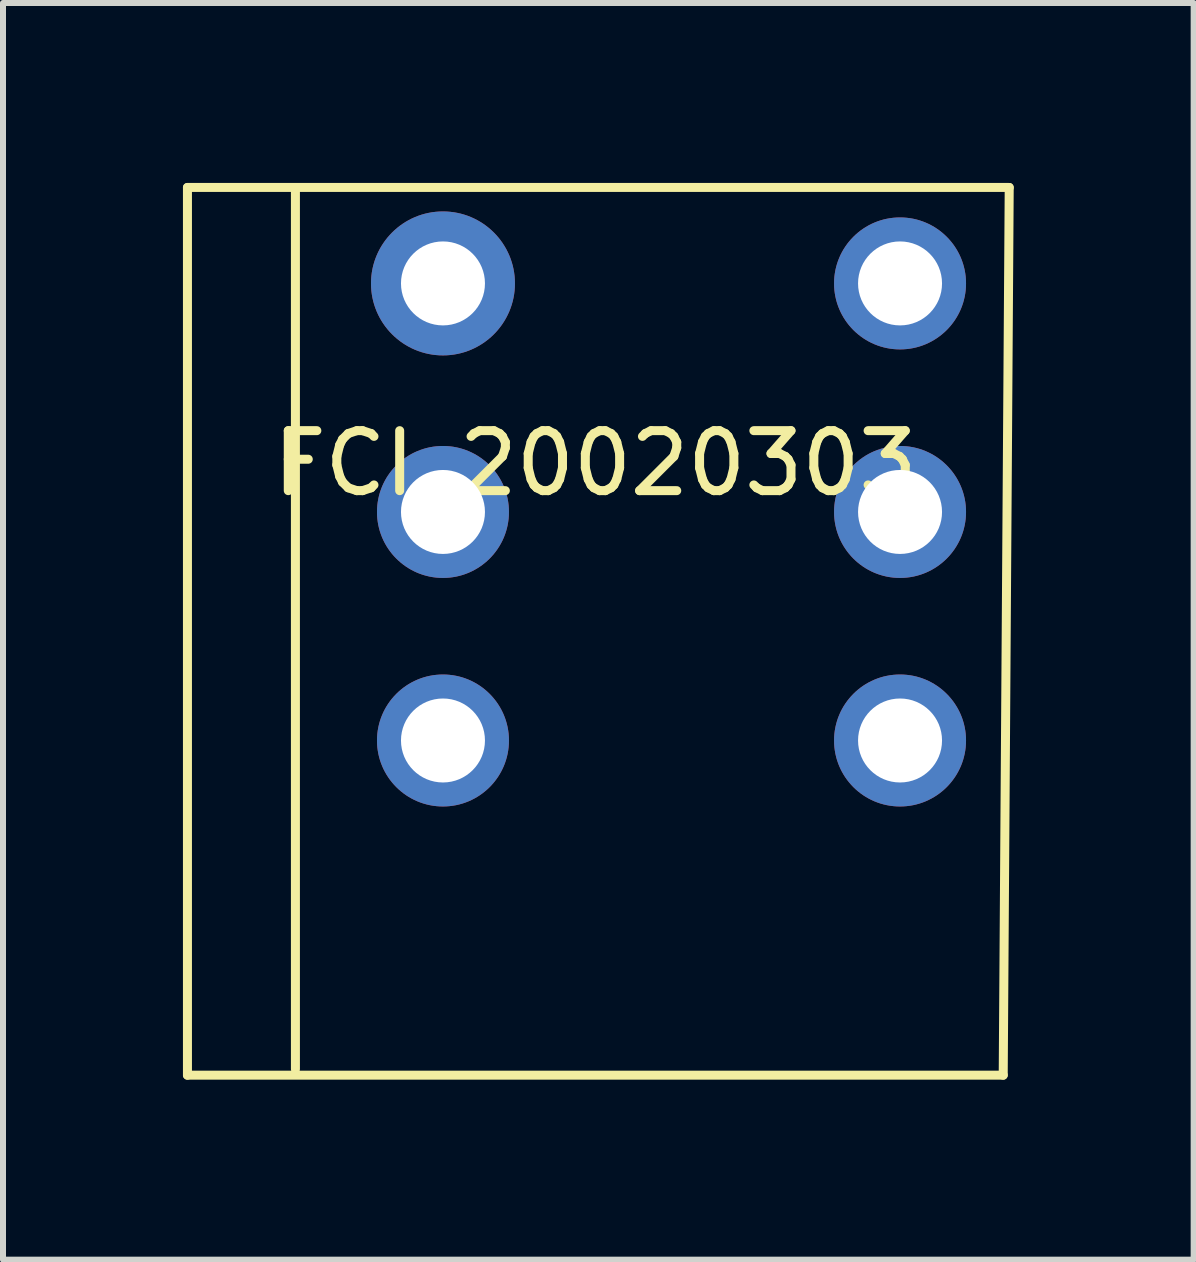
<source format=kicad_pcb>
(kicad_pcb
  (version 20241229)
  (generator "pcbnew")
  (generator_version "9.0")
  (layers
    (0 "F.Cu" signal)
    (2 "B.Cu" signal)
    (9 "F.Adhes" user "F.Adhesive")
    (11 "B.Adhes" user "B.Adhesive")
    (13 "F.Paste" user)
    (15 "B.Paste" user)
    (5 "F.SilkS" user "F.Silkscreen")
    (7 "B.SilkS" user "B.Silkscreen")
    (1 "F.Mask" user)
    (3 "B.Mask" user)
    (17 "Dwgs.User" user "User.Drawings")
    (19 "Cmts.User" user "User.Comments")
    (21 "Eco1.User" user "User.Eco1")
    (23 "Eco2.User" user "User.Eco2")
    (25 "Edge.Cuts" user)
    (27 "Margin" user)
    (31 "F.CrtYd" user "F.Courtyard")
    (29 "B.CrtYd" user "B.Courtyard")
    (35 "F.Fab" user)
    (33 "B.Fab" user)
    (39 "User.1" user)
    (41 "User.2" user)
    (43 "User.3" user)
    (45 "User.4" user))
  (footprint "FCI_20020303"
    (layer "F.Cu")
    (at 6.875 1.675)
    (property "Reference" "FCI_20020303" (at 0 3 0) (layer "F.SilkS") (effects (font (size 1 1) (thickness 0.15))))
    (attr through_hole)
    (fp_line (start -6.8 -1.6) (end 6.9 -1.6) (stroke (width 0.15) (type solid)) (layer "F.SilkS"))
    (fp_line (start -6.8 13.2) (end -6.8 -1.6) (stroke (width 0.15) (type solid)) (layer "F.SilkS"))
    (fp_line (start -5 -1.6) (end -5 13.1) (stroke (width 0.15) (type solid)) (layer "F.SilkS"))
    (fp_line (start 6.8 13.2) (end -6.8 13.2) (stroke (width 0.15) (type solid)) (layer "F.SilkS"))
    (fp_line (start 6.9 -1.6) (end 6.8 13.2) (stroke (width 0.15) (type solid)) (layer "F.SilkS"))
    (pad "1" thru_hole circle (at -2.54 0) (size 2.4 2.4) (drill 1.4) (layers "*.Cu" "*.Mask"))
    (pad "1" thru_hole circle (at 5.08 0) (size 2.2 2.2) (drill 1.4) (layers "*.Cu" "*.Mask"))
    (pad "2" thru_hole circle (at -2.54 3.81) (size 2.2 2.2) (drill 1.4) (layers "*.Cu" "*.Mask"))
    (pad "2" thru_hole circle (at 5.08 3.81) (size 2.2 2.2) (drill 1.4) (layers "*.Cu" "*.Mask"))
    (pad "3" thru_hole circle (at -2.54 7.62) (size 2.2 2.2) (drill 1.4) (layers "*.Cu" "*.Mask"))
    (pad "3" thru_hole circle (at 5.08 7.62) (size 2.2 2.2) (drill 1.4) (layers "*.Cu" "*.Mask")))
  (gr_rect
    (start -3 -3)
    (end 16.85 17.95)
    (stroke (width 0.1) (type default))
    (fill no)
    (layer "Edge.Cuts")))
</source>
